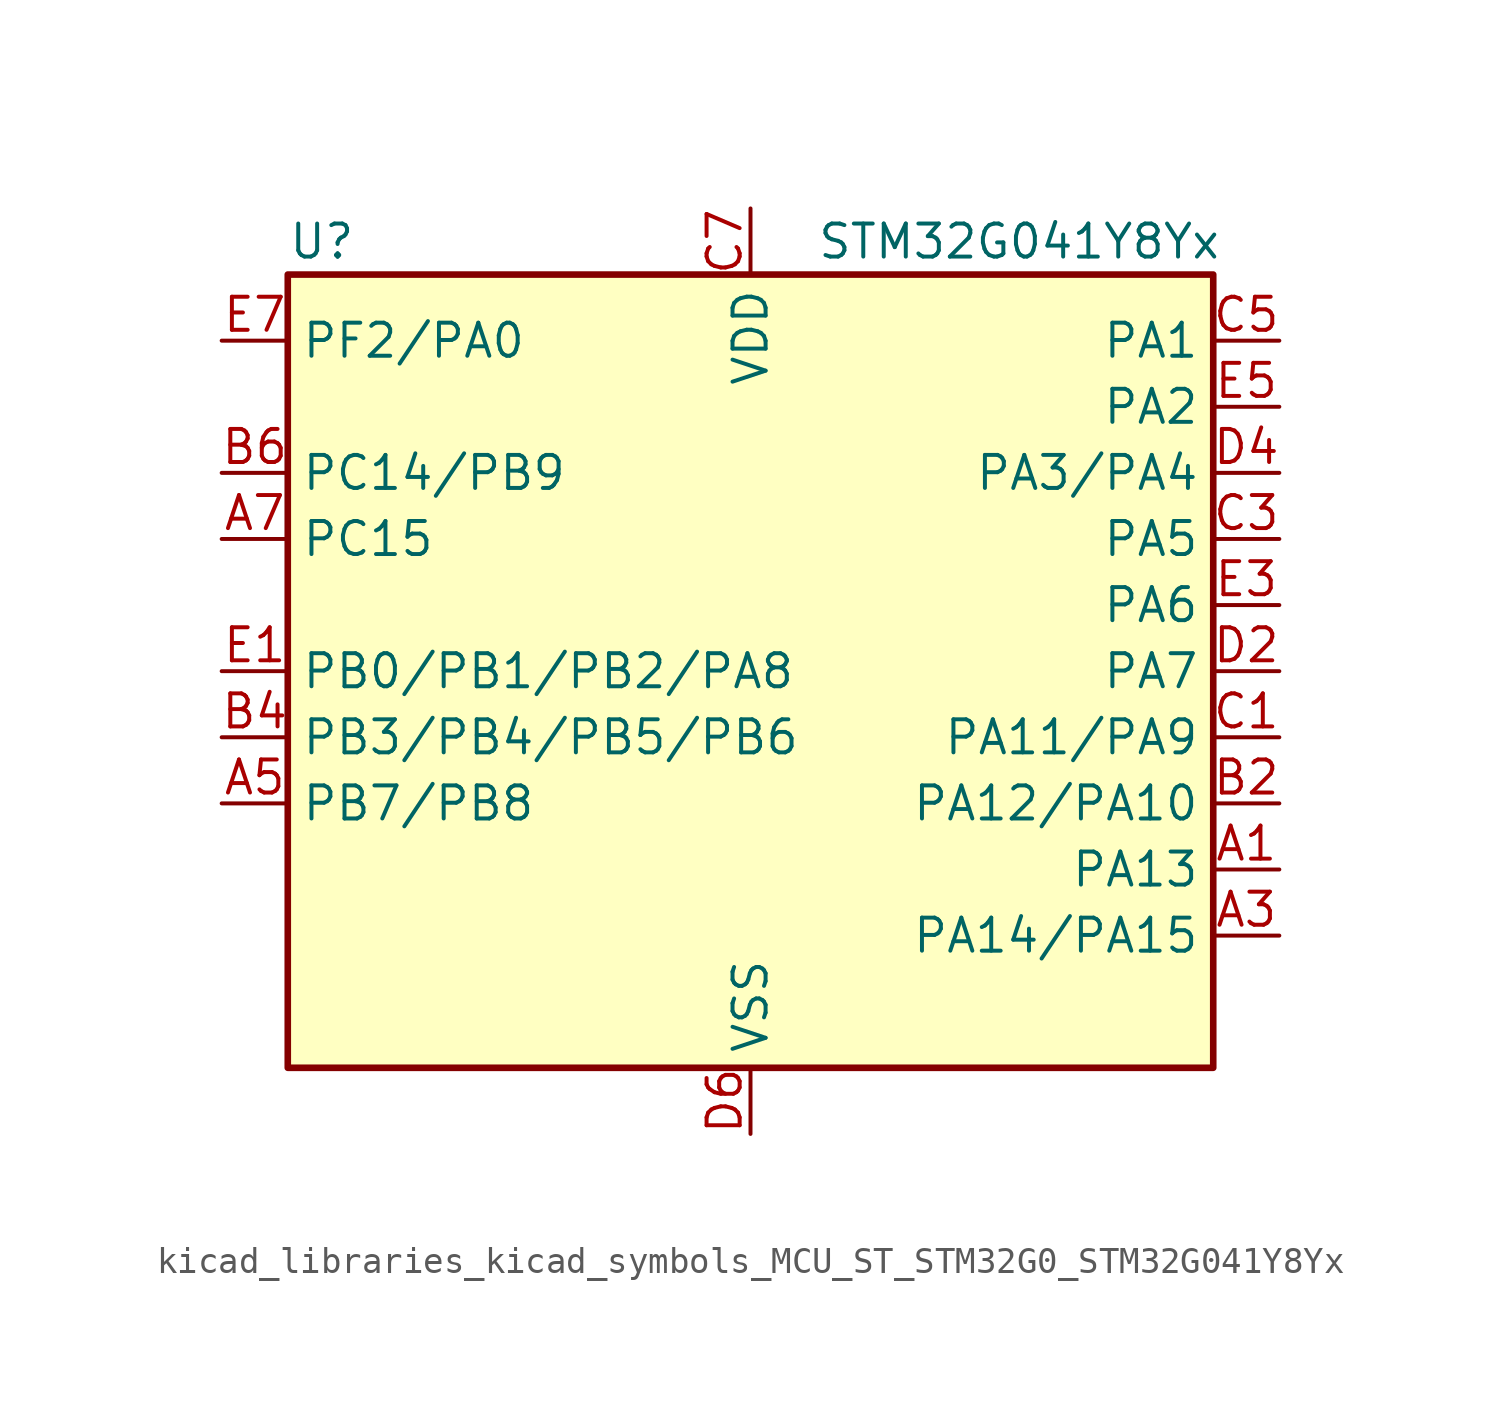
<source format=kicad_sym>
(kicad_symbol_lib
  (version 20220914)
  (generator kicad_symbol_editor)
  (symbol "kicad_libraries_kicad_symbols_MCU_ST_STM32G0_STM32G041Y8Yx"
    (property "Reference" "U"
      (at -17.78 16.51 0)
      (effects (font (size 1.27 1.27)) (justify left)))
    (property "Value" "STM32G041Y8Yx"
      (at 2.54 16.51 0)
      (effects (font (size 1.27 1.27)) (justify left)))
    (property "ki_locked" ""
      (at 0 0 0)
      (effects (font (size 1.27 1.27))))
    (symbol "kicad_libraries_kicad_symbols_MCU_ST_STM32G0_STM32G041Y8Yx_0_1"
      (rectangle (start -17.78 -15.24) (end 17.78 15.24) (stroke (width 0.254) (type default)) (fill (type background))))
    (symbol "kicad_libraries_kicad_symbols_MCU_ST_STM32G0_STM32G041Y8Yx_1_1"
      (pin bidirectional line (at 20.32 -7.62 180) (length 2.54) (name "PA13" (effects (font (size 1.27 1.27)))) (number "A1" (effects (font (size 1.27 1.27)))) (alternate "ADC1_IN17" bidirectional line) (alternate "IR_OUT" bidirectional line) (alternate "SYS_SWDIO" bidirectional line))
      (pin bidirectional line (at 20.32 -10.16 180) (length 2.54) (name "PA14/PA15" (effects (font (size 1.27 1.27)))) (number "A3" (effects (font (size 1.27 1.27)))) (alternate "ADC1_IN18" bidirectional line) (alternate "SYS_SWCLK" bidirectional line) (alternate "USART2_TX" bidirectional line))
      (pin bidirectional line (at -20.32 -5.08 0) (length 2.54) (name "PB7/PB8" (effects (font (size 1.27 1.27)))) (number "A5" (effects (font (size 1.27 1.27)))) (alternate "ADC1_IN11" bidirectional line) (alternate "I2C1_SDA" bidirectional line) (alternate "LPTIM1_IN2" bidirectional line) (alternate "SPI2_MOSI" bidirectional line) (alternate "SYS_PVD_IN" bidirectional line) (alternate "TIM17_CH1N" bidirectional line) (alternate "USART1_RX" bidirectional line))
      (pin bidirectional line (at -20.32 5.08 0) (length 2.54) (name "PC15" (effects (font (size 1.27 1.27)))) (number "A7" (effects (font (size 1.27 1.27)))) (alternate "RCC_OSC32_EN" bidirectional line) (alternate "RCC_OSC32_OUT" bidirectional line) (alternate "RCC_OSC_EN" bidirectional line))
      (pin bidirectional line (at 20.32 -5.08 180) (length 2.54) (name "PA12/PA10" (effects (font (size 1.27 1.27)))) (number "B2" (effects (font (size 1.27 1.27)))) (alternate "ADC1_IN16" bidirectional line) (alternate "I2C2_SDA" bidirectional line) (alternate "I2S1_SD" bidirectional line) (alternate "I2S_CKIN" bidirectional line) (alternate "SPI1_MOSI" bidirectional line) (alternate "TIM1_ETR" bidirectional line) (alternate "USART1_CK" bidirectional line) (alternate "USART1_DE" bidirectional line) (alternate "USART1_RTS" bidirectional line))
      (pin bidirectional line (at -20.32 -2.54 0) (length 2.54) (name "PB3/PB4/PB5/PB6" (effects (font (size 1.27 1.27)))) (number "B4" (effects (font (size 1.27 1.27)))) (alternate "I2S1_CK" bidirectional line) (alternate "SPI1_SCK" bidirectional line) (alternate "TIM1_CH2" bidirectional line) (alternate "TIM2_CH2" bidirectional line) (alternate "USART1_CK" bidirectional line) (alternate "USART1_DE" bidirectional line) (alternate "USART1_RTS" bidirectional line))
      (pin bidirectional line (at -20.32 7.62 0) (length 2.54) (name "PC14/PB9" (effects (font (size 1.27 1.27)))) (number "B6" (effects (font (size 1.27 1.27)))) (alternate "RCC_OSC32_IN" bidirectional line) (alternate "RCC_OSC_IN" bidirectional line) (alternate "TIM1_BK2" bidirectional line))
      (pin bidirectional line (at 20.32 -2.54 180) (length 2.54) (name "PA11/PA9" (effects (font (size 1.27 1.27)))) (number "C1" (effects (font (size 1.27 1.27)))) (alternate "ADC1_EXTI11" bidirectional line) (alternate "ADC1_IN15" bidirectional line) (alternate "I2C2_SCL" bidirectional line) (alternate "I2S1_MCK" bidirectional line) (alternate "SPI1_MISO" bidirectional line) (alternate "TIM1_BK2" bidirectional line) (alternate "TIM1_CH4" bidirectional line) (alternate "USART1_CTS" bidirectional line) (alternate "USART1_NSS" bidirectional line))
      (pin bidirectional line (at 20.32 5.08 180) (length 2.54) (name "PA5" (effects (font (size 1.27 1.27)))) (number "C3" (effects (font (size 1.27 1.27)))) (alternate "ADC1_IN5" bidirectional line) (alternate "I2S1_CK" bidirectional line) (alternate "LPTIM2_ETR" bidirectional line) (alternate "SPI1_SCK" bidirectional line) (alternate "TIM2_CH1" bidirectional line) (alternate "TIM2_ETR" bidirectional line))
      (pin bidirectional line (at 20.32 12.7 180) (length 2.54) (name "PA1" (effects (font (size 1.27 1.27)))) (number "C5" (effects (font (size 1.27 1.27)))) (alternate "ADC1_IN1" bidirectional line) (alternate "I2C1_SMBA" bidirectional line) (alternate "I2S1_CK" bidirectional line) (alternate "SPI1_SCK" bidirectional line) (alternate "TIM2_CH2" bidirectional line) (alternate "USART2_CK" bidirectional line) (alternate "USART2_DE" bidirectional line) (alternate "USART2_RTS" bidirectional line))
      (pin power_in line (at 0 17.78 270) (length 2.54) (name "VDD" (effects (font (size 1.27 1.27)))) (number "C7" (effects (font (size 1.27 1.27)))))
      (pin bidirectional line (at 20.32 0 180) (length 2.54) (name "PA7" (effects (font (size 1.27 1.27)))) (number "D2" (effects (font (size 1.27 1.27)))) (alternate "ADC1_IN7" bidirectional line) (alternate "I2S1_SD" bidirectional line) (alternate "SPI1_MOSI" bidirectional line) (alternate "TIM14_CH1" bidirectional line) (alternate "TIM17_CH1" bidirectional line) (alternate "TIM1_CH1N" bidirectional line) (alternate "TIM3_CH2" bidirectional line))
      (pin bidirectional line (at 20.32 7.62 180) (length 2.54) (name "PA3/PA4" (effects (font (size 1.27 1.27)))) (number "D4" (effects (font (size 1.27 1.27)))) (alternate "ADC1_IN3" bidirectional line) (alternate "LPUART1_RX" bidirectional line) (alternate "SPI2_MISO" bidirectional line) (alternate "TIM2_CH4" bidirectional line) (alternate "USART2_RX" bidirectional line))
      (pin power_in line (at 0 -17.78 90) (length 2.54) (name "VSS" (effects (font (size 1.27 1.27)))) (number "D6" (effects (font (size 1.27 1.27)))))
      (pin bidirectional line (at -20.32 0 0) (length 2.54) (name "PB0/PB1/PB2/PA8" (effects (font (size 1.27 1.27)))) (number "E1" (effects (font (size 1.27 1.27)))) (alternate "ADC1_IN8" bidirectional line) (alternate "I2S1_WS" bidirectional line) (alternate "LPTIM1_OUT" bidirectional line) (alternate "SPI1_NSS" bidirectional line) (alternate "TIM1_CH2N" bidirectional line) (alternate "TIM3_CH3" bidirectional line))
      (pin bidirectional line (at 20.32 2.54 180) (length 2.54) (name "PA6" (effects (font (size 1.27 1.27)))) (number "E3" (effects (font (size 1.27 1.27)))) (alternate "ADC1_IN6" bidirectional line) (alternate "I2S1_MCK" bidirectional line) (alternate "LPUART1_CTS" bidirectional line) (alternate "SPI1_MISO" bidirectional line) (alternate "TIM16_CH1" bidirectional line) (alternate "TIM1_BK" bidirectional line) (alternate "TIM3_CH1" bidirectional line))
      (pin bidirectional line (at 20.32 10.16 180) (length 2.54) (name "PA2" (effects (font (size 1.27 1.27)))) (number "E5" (effects (font (size 1.27 1.27)))) (alternate "ADC1_IN2" bidirectional line) (alternate "I2S1_SD" bidirectional line) (alternate "LPUART1_TX" bidirectional line) (alternate "RCC_LSCO" bidirectional line) (alternate "SPI1_MOSI" bidirectional line) (alternate "SYS_WKUP4" bidirectional line) (alternate "TIM2_CH3" bidirectional line) (alternate "USART2_TX" bidirectional line))
      (pin bidirectional line (at -20.32 12.7 0) (length 2.54) (name "PF2/PA0" (effects (font (size 1.27 1.27)))) (number "E7" (effects (font (size 1.27 1.27)))) (alternate "RCC_MCO" bidirectional line)))))
</source>
